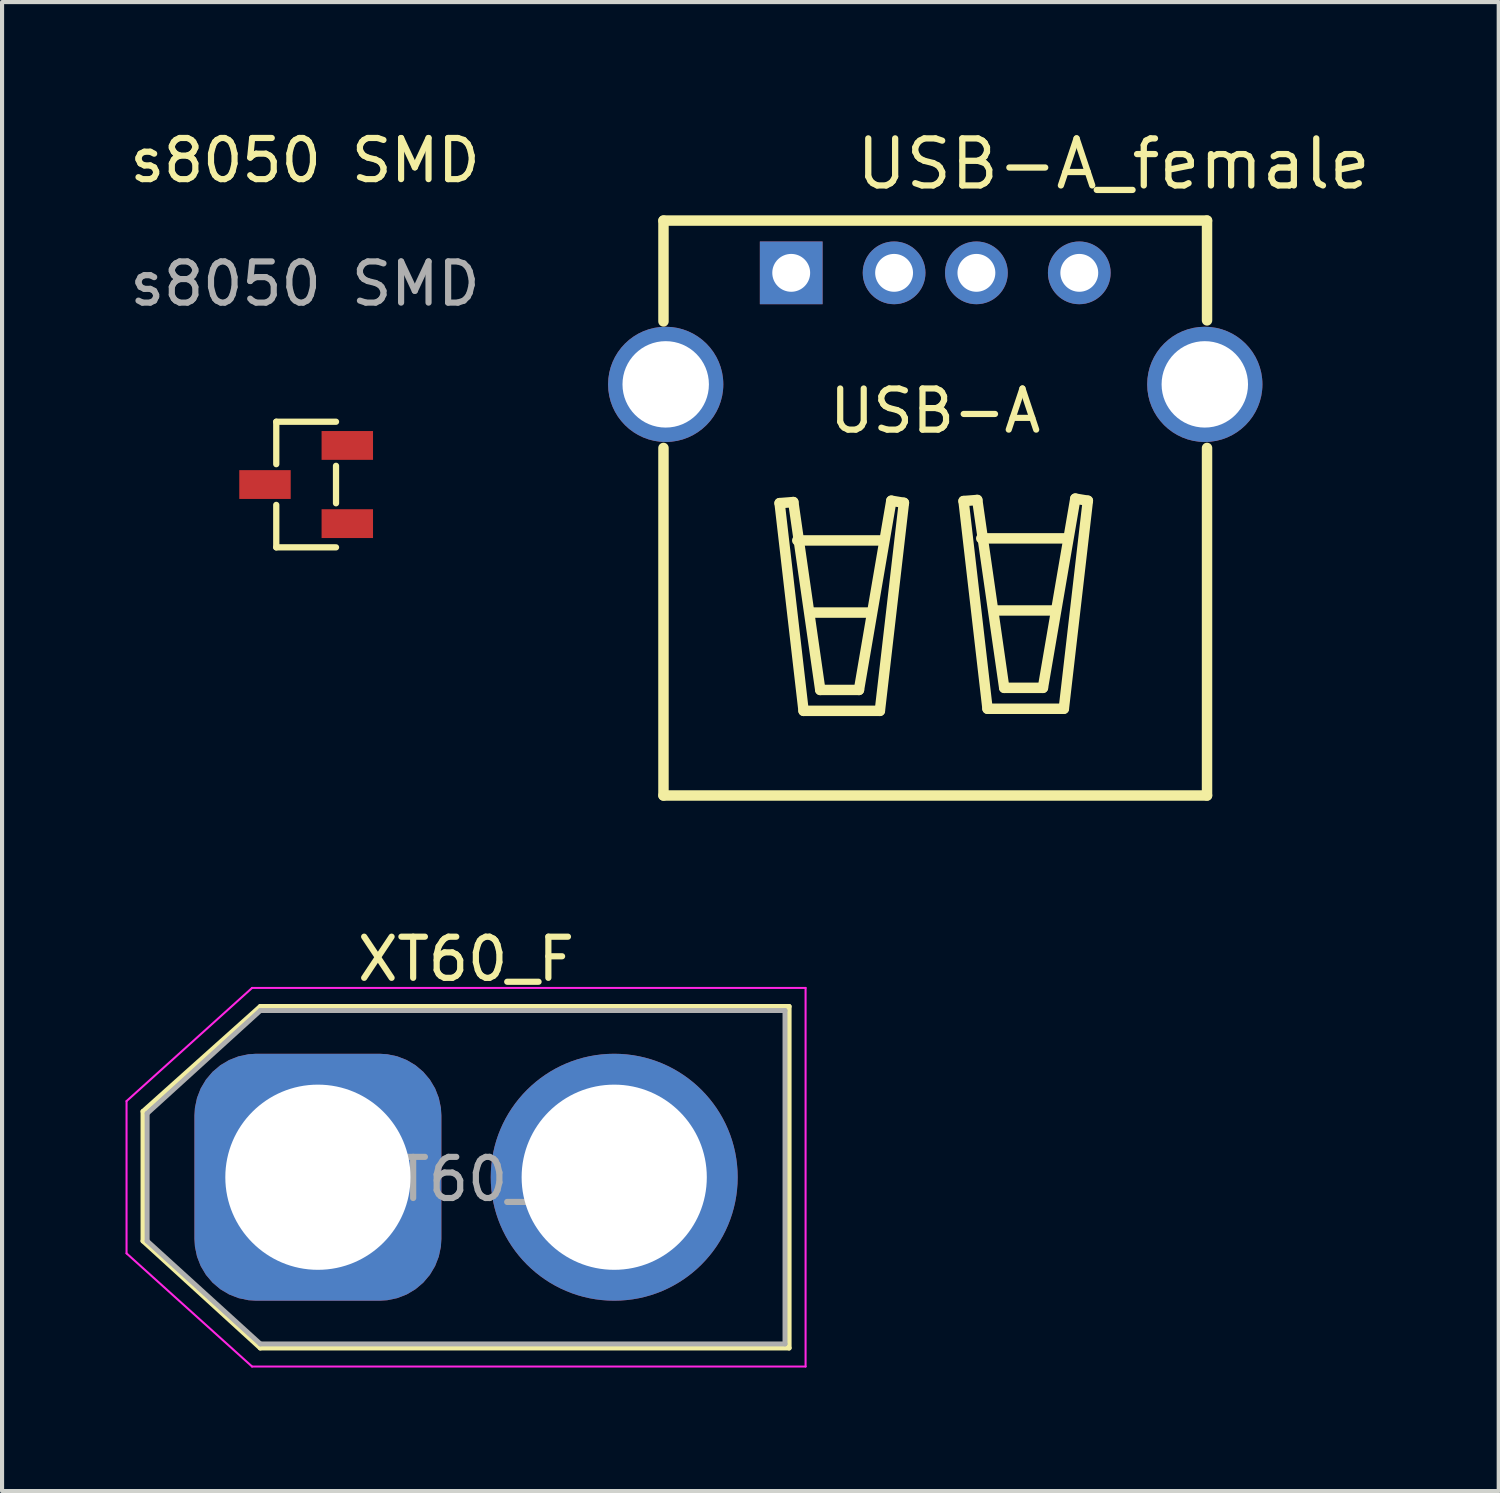
<source format=kicad_pcb>
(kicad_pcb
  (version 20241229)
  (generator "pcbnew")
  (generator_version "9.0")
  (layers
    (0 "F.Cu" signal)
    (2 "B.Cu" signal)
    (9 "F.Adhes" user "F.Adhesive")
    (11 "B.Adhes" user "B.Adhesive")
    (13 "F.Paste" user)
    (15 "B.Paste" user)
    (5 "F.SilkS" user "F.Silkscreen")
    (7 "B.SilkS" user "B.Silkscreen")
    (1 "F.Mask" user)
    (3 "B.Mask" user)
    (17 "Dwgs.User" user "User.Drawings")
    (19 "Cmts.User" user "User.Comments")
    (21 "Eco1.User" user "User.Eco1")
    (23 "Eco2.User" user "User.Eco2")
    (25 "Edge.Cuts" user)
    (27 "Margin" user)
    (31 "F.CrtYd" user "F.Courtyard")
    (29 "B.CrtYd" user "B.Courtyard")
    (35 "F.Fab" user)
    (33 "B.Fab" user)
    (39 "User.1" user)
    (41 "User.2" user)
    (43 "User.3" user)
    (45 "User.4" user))
  (footprint "s8050 SMD"
    (layer "F.Cu")
    (at 4.413 8.698)
    (property "Reference" "s8050 SMD" (at -0.05 -7.85 0) (unlocked yes) (layer "F.SilkS") (effects (font (size 1 1) (thickness 0.15))))
    (attr smd)
    (fp_line (start -0.75 -1.5) (end -0.75 -0.469) (stroke (width 0.152) (type solid)) (layer "F.SilkS"))
    (fp_line (start -0.75 1.552) (end -0.75 0.521) (stroke (width 0.152) (type solid)) (layer "F.SilkS"))
    (fp_line (start 0.702 -1.5) (end -0.75 -1.5) (stroke (width 0.152) (type solid)) (layer "F.SilkS"))
    (fp_line (start 0.702 -0.429) (end 0.702 0.481) (stroke (width 0.152) (type solid)) (layer "F.SilkS"))
    (fp_line (start 0.702 1.552) (end -0.75 1.552) (stroke (width 0.152) (type solid)) (layer "F.SilkS"))
    (fp_text user "${REFERENCE}" (at -0.05 -4.85 0) (unlocked yes) (layer "F.Fab") (effects (font (size 1 1) (thickness 0.15))))
    (pad "1" smd rect (at 0.976 0.976) (size 1.25 0.7) (layers "F.Cu" "F.Mask" "F.Paste"))
    (pad "2" smd rect (at 0.976 -0.924) (size 1.25 0.7) (layers "F.Cu" "F.Mask" "F.Paste"))
    (pad "3" smd rect (at -1.024 0.026) (size 1.25 0.7) (layers "F.Cu" "F.Mask" "F.Paste")))
  (footprint "XT60_F"
    (layer "F.Cu")
    (at 4.675 25.556)
    (property "Reference" "XT60_F" (at 3.6 -5.3 180) (layer "F.SilkS") (effects (font (size 1 1) (thickness 0.15))))
    (attr through_hole)
    (fp_line (start -4.25 -1.6) (end -4.25 1.55) (stroke (width 0.12) (type solid)) (layer "F.SilkS"))
    (fp_line (start -4.25 1.55) (end -1.4 4.15) (stroke (width 0.12) (type solid)) (layer "F.SilkS"))
    (fp_line (start -1.4 -4.15) (end -4.25 -1.6) (stroke (width 0.12) (type solid)) (layer "F.SilkS"))
    (fp_line (start -1.4 4.15) (end 11.45 4.15) (stroke (width 0.12) (type solid)) (layer "F.SilkS"))
    (fp_line (start 11.45 -4.15) (end -1.4 -4.15) (stroke (width 0.12) (type solid)) (layer "F.SilkS"))
    (fp_line (start 11.45 4.15) (end 11.45 -4.15) (stroke (width 0.12) (type solid)) (layer "F.SilkS"))
    (fp_line (start -4.65 -1.85) (end -1.6 -4.6) (stroke (width 0.05) (type solid)) (layer "F.CrtYd"))
    (fp_line (start -4.65 1.85) (end -4.65 -1.85) (stroke (width 0.05) (type solid)) (layer "F.CrtYd"))
    (fp_line (start -1.6 -4.6) (end 11.85 -4.6) (stroke (width 0.05) (type solid)) (layer "F.CrtYd"))
    (fp_line (start -1.6 4.6) (end -4.65 1.85) (stroke (width 0.05) (type solid)) (layer "F.CrtYd"))
    (fp_line (start 11.85 -4.6) (end 11.85 4.6) (stroke (width 0.05) (type solid)) (layer "F.CrtYd"))
    (fp_line (start 11.85 4.6) (end -1.6 4.6) (stroke (width 0.05) (type solid)) (layer "F.CrtYd"))
    (fp_line (start -4.15 -1.55) (end -4.15 1.55) (stroke (width 0.12) (type solid)) (layer "F.Fab"))
    (fp_line (start -4.15 1.55) (end -1.4 4.05) (stroke (width 0.12) (type solid)) (layer "F.Fab"))
    (fp_line (start -1.4 -4.05) (end -4.15 -1.55) (stroke (width 0.12) (type solid)) (layer "F.Fab"))
    (fp_line (start -1.4 4.05) (end 11.35 4.05) (stroke (width 0.12) (type solid)) (layer "F.Fab"))
    (fp_line (start 11.35 -4.05) (end -1.4 -4.05) (stroke (width 0.12) (type solid)) (layer "F.Fab"))
    (fp_line (start 11.35 4.05) (end 11.35 -4.05) (stroke (width 0.12) (type solid)) (layer "F.Fab"))
    (fp_text user "${REFERENCE}" (at 3.6 0.05 0) (layer "F.Fab") (effects (font (size 1 1) (thickness 0.15))))
    (pad "1" thru_hole roundrect (at 0 0) (size 6 6) (drill 4.5) (layers "*.Cu" "*.Mask") (roundrect_rratio 0.25))
    (pad "2" thru_hole circle (at 7.2 0) (size 6 6) (drill 4.5) (layers "*.Cu" "*.Mask")))
  (footprint "USB-A_female"
    (layer "F.Cu")
    (at 19.676 4.935)
    (property "Reference" "USB-A_female" (at -2 -4 0) (layer "F.SilkS") (effects (font (size 1.143 1.143) (thickness 0.152)) (justify left)))
    (attr through_hole)
    (fp_line (start -6.604 -2.625) (end -6.604 -0.175) (stroke (width 0.254) (type solid)) (layer "F.SilkS"))
    (fp_line (start -6.604 -2.625) (end 6.604 -2.625) (stroke (width 0.254) (type solid)) (layer "F.SilkS"))
    (fp_line (start -6.604 11.345) (end -6.604 2.9) (stroke (width 0.254) (type solid)) (layer "F.SilkS"))
    (fp_line (start -3.782 4.241) (end -3.2 9.288) (stroke (width 0.254) (type solid)) (layer "F.SilkS"))
    (fp_line (start -3.449 4.215) (end -3.782 4.241) (stroke (width 0.254) (type solid)) (layer "F.SilkS"))
    (fp_line (start -3.353 5.147) (end -1.27 5.147) (stroke (width 0.254) (type solid)) (layer "F.SilkS"))
    (fp_line (start -3.2 9.288) (end -1.346 9.288) (stroke (width 0.254) (type solid)) (layer "F.SilkS"))
    (fp_line (start -3.023 6.9) (end -1.575 6.9) (stroke (width 0.254) (type solid)) (layer "F.SilkS"))
    (fp_line (start -2.794 8.78) (end -3.449 4.215) (stroke (width 0.254) (type solid)) (layer "F.SilkS"))
    (fp_line (start -1.854 8.78) (end -2.794 8.78) (stroke (width 0.254) (type solid)) (layer "F.SilkS"))
    (fp_line (start -1.346 9.288) (end -0.762 4.233) (stroke (width 0.254) (type solid)) (layer "F.SilkS"))
    (fp_line (start -1.067 4.182) (end -1.854 8.78) (stroke (width 0.254) (type solid)) (layer "F.SilkS"))
    (fp_line (start -0.762 4.233) (end -1.067 4.182) (stroke (width 0.254) (type solid)) (layer "F.SilkS"))
    (fp_line (start 0.688 4.19) (end 1.021 4.164) (stroke (width 0.254) (type solid)) (layer "F.SilkS"))
    (fp_line (start 1.021 4.164) (end 1.676 8.729) (stroke (width 0.254) (type solid)) (layer "F.SilkS"))
    (fp_line (start 1.118 5.097) (end 3.2 5.097) (stroke (width 0.254) (type solid)) (layer "F.SilkS"))
    (fp_line (start 1.27 9.237) (end 0.688 4.19) (stroke (width 0.254) (type solid)) (layer "F.SilkS"))
    (fp_line (start 1.448 6.849) (end 2.896 6.849) (stroke (width 0.254) (type solid)) (layer "F.SilkS"))
    (fp_line (start 1.676 8.729) (end 2.616 8.729) (stroke (width 0.254) (type solid)) (layer "F.SilkS"))
    (fp_line (start 2.616 8.729) (end 3.404 4.131) (stroke (width 0.254) (type solid)) (layer "F.SilkS"))
    (fp_line (start 3.124 9.237) (end 1.27 9.237) (stroke (width 0.254) (type solid)) (layer "F.SilkS"))
    (fp_line (start 3.404 4.131) (end 3.708 4.182) (stroke (width 0.254) (type solid)) (layer "F.SilkS"))
    (fp_line (start 3.708 4.182) (end 3.124 9.237) (stroke (width 0.254) (type solid)) (layer "F.SilkS"))
    (fp_line (start 6.604 -2.625) (end 6.604 -0.2) (stroke (width 0.254) (type solid)) (layer "F.SilkS"))
    (fp_line (start 6.604 11.345) (end -6.604 11.345) (stroke (width 0.254) (type solid)) (layer "F.SilkS"))
    (fp_line (start 6.604 11.345) (end 6.604 2.9) (stroke (width 0.254) (type solid)) (layer "F.SilkS"))
    (fp_text user "USB-A" (at 0 2 0) (layer "F.SilkS") (effects (font (size 1 1) (thickness 0.15))))
    (pad "1" thru_hole rect (at -3.5 -1.355) (size 1.524 1.524) (drill 0.92) (layers "*.Cu" "*.Paste" "*.Mask"))
    (pad "2" thru_hole circle (at -1 -1.355) (size 1.524 1.524) (drill 0.92) (layers "*.Cu" "*.Paste" "*.Mask"))
    (pad "3" thru_hole circle (at 1 -1.355) (size 1.524 1.524) (drill 0.92) (layers "*.Cu" "*.Paste" "*.Mask"))
    (pad "4" thru_hole circle (at 3.5 -1.355) (size 1.524 1.524) (drill 0.92) (layers "*.Cu" "*.Paste" "*.Mask"))
    (pad "5" thru_hole circle (at 6.55 1.355) (size 2.8 2.8) (drill 2.1) (layers "*.Cu" "*.Paste" "*.Mask"))
    (pad "6" thru_hole circle (at -6.55 1.355) (size 2.8 2.8) (drill 2.1) (layers "*.Cu" "*.Paste" "*.Mask")))
  (gr_rect
    (start -3 -3)
    (end 33.368 33.181)
    (stroke (width 0.1) (type default))
    (fill no)
    (layer "Edge.Cuts")))
</source>
